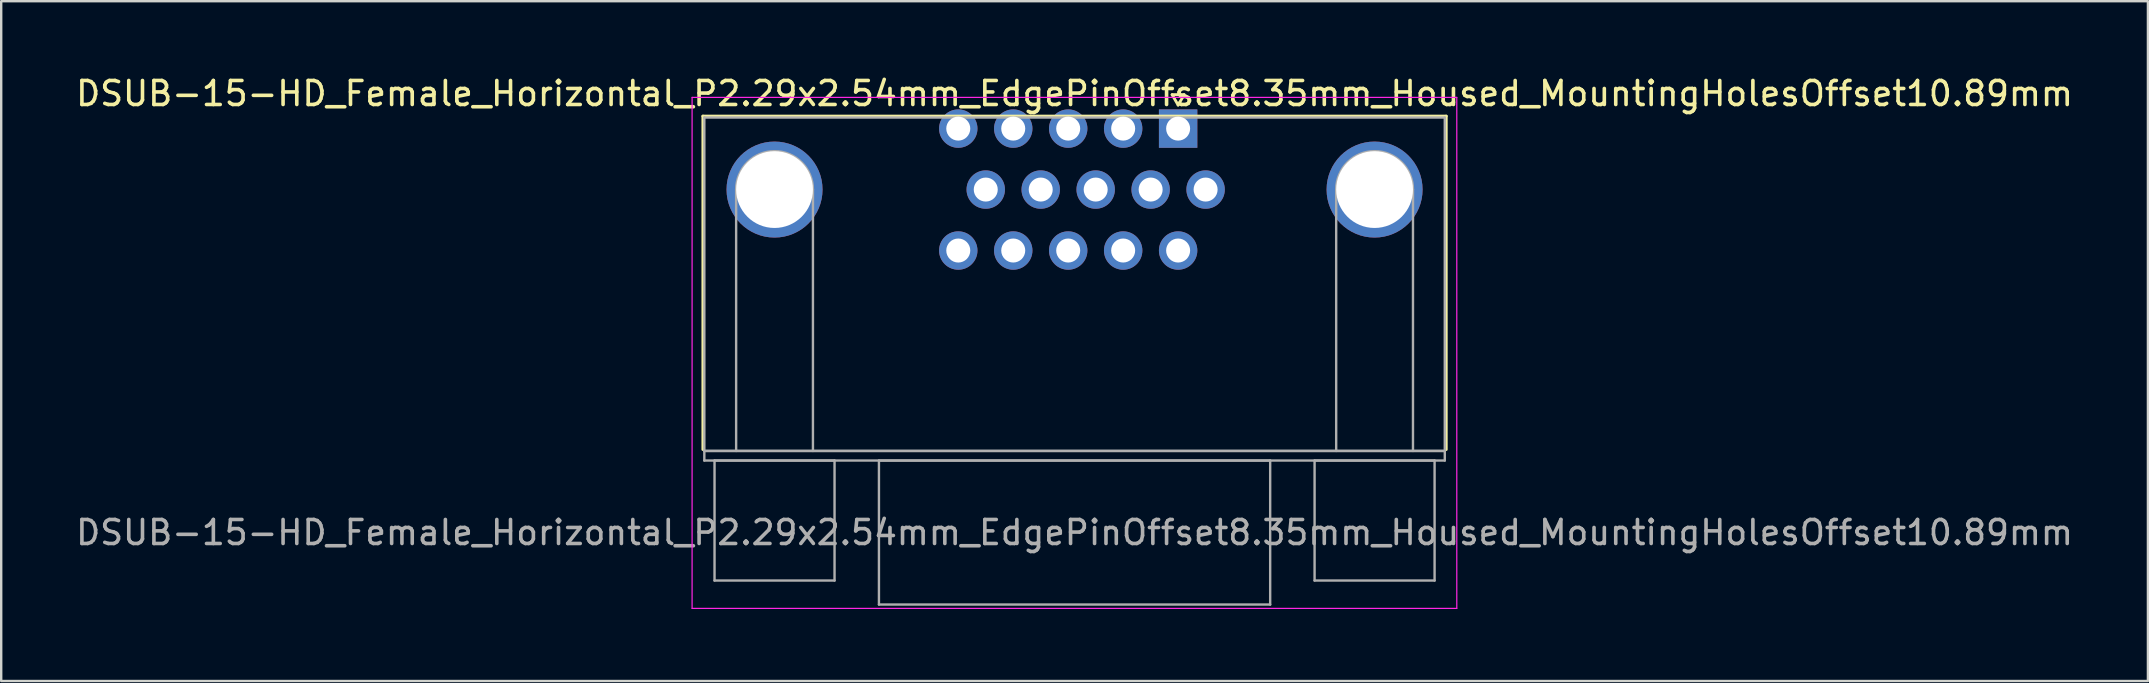
<source format=kicad_pcb>
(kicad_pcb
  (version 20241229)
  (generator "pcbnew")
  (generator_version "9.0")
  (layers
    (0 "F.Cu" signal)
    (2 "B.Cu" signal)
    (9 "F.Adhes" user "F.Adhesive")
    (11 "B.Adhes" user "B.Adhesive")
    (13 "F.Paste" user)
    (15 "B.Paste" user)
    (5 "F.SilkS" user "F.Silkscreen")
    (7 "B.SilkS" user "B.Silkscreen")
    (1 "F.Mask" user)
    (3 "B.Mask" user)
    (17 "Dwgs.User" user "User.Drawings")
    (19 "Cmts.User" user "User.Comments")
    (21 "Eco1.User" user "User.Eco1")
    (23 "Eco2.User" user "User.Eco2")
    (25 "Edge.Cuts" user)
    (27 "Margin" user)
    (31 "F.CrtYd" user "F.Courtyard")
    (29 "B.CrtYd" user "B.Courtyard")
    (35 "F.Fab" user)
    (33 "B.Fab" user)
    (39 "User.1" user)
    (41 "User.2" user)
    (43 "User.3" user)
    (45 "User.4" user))
  (footprint "DSUB-15-HD_Female_Horizontal_P2.29x2.54mm_EdgePinOffset8.35mm_Housed_MountingHolesOffset10.89mm"
    (layer "F.Cu")
    (at 46.035 2.308)
    (property "Reference" "DSUB-15-HD_Female_Horizontal_P2.29x2.54mm_EdgePinOffset8.35mm_Housed_MountingHolesOffset10.89mm" (at -4.315 -1.46 0) (layer "F.SilkS") (effects (font (size 1 1) (thickness 0.15))))
    (attr through_hole)
    (fp_line (start -19.8 -0.52) (end 11.17 -0.52) (stroke (width 0.12) (type solid)) (layer "F.SilkS"))
    (fp_line (start -19.8 13.37) (end -19.8 -0.52) (stroke (width 0.12) (type solid)) (layer "F.SilkS"))
    (fp_line (start -0.25 -1.414) (end 0.25 -1.414) (stroke (width 0.12) (type solid)) (layer "F.SilkS"))
    (fp_line (start 0 -0.981) (end -0.25 -1.414) (stroke (width 0.12) (type solid)) (layer "F.SilkS"))
    (fp_line (start 0.25 -1.414) (end 0 -0.981) (stroke (width 0.12) (type solid)) (layer "F.SilkS"))
    (fp_line (start 11.17 -0.52) (end 11.17 13.37) (stroke (width 0.12) (type solid)) (layer "F.SilkS"))
    (fp_line (start -20.25 -1.3) (end -20.25 19.99) (stroke (width 0.05) (type solid)) (layer "F.CrtYd"))
    (fp_line (start -20.25 19.99) (end 11.61 19.99) (stroke (width 0.05) (type solid)) (layer "F.CrtYd"))
    (fp_line (start 11.61 -1.3) (end -20.25 -1.3) (stroke (width 0.05) (type solid)) (layer "F.CrtYd"))
    (fp_line (start 11.61 19.99) (end 11.61 -1.3) (stroke (width 0.05) (type solid)) (layer "F.CrtYd"))
    (fp_line (start -19.74 -0.46) (end -19.74 13.43) (stroke (width 0.1) (type solid)) (layer "F.Fab"))
    (fp_line (start -19.74 13.43) (end -19.74 13.83) (stroke (width 0.1) (type solid)) (layer "F.Fab"))
    (fp_line (start -19.74 13.43) (end 11.11 13.43) (stroke (width 0.1) (type solid)) (layer "F.Fab"))
    (fp_line (start -19.74 13.83) (end 11.11 13.83) (stroke (width 0.1) (type solid)) (layer "F.Fab"))
    (fp_line (start -19.315 13.83) (end -19.315 18.83) (stroke (width 0.1) (type solid)) (layer "F.Fab"))
    (fp_line (start -19.315 18.83) (end -14.315 18.83) (stroke (width 0.1) (type solid)) (layer "F.Fab"))
    (fp_line (start -18.415 13.43) (end -18.415 2.54) (stroke (width 0.1) (type solid)) (layer "F.Fab"))
    (fp_line (start -15.215 13.43) (end -15.215 2.54) (stroke (width 0.1) (type solid)) (layer "F.Fab"))
    (fp_line (start -14.315 13.83) (end -19.315 13.83) (stroke (width 0.1) (type solid)) (layer "F.Fab"))
    (fp_line (start -14.315 18.83) (end -14.315 13.83) (stroke (width 0.1) (type solid)) (layer "F.Fab"))
    (fp_line (start -12.465 13.83) (end -12.465 19.83) (stroke (width 0.1) (type solid)) (layer "F.Fab"))
    (fp_line (start -12.465 19.83) (end 3.835 19.83) (stroke (width 0.1) (type solid)) (layer "F.Fab"))
    (fp_line (start 3.835 13.83) (end -12.465 13.83) (stroke (width 0.1) (type solid)) (layer "F.Fab"))
    (fp_line (start 3.835 19.83) (end 3.835 13.83) (stroke (width 0.1) (type solid)) (layer "F.Fab"))
    (fp_line (start 5.685 13.83) (end 5.685 18.83) (stroke (width 0.1) (type solid)) (layer "F.Fab"))
    (fp_line (start 5.685 18.83) (end 10.685 18.83) (stroke (width 0.1) (type solid)) (layer "F.Fab"))
    (fp_line (start 6.585 13.43) (end 6.585 2.54) (stroke (width 0.1) (type solid)) (layer "F.Fab"))
    (fp_line (start 9.785 13.43) (end 9.785 2.54) (stroke (width 0.1) (type solid)) (layer "F.Fab"))
    (fp_line (start 10.685 13.83) (end 5.685 13.83) (stroke (width 0.1) (type solid)) (layer "F.Fab"))
    (fp_line (start 10.685 18.83) (end 10.685 13.83) (stroke (width 0.1) (type solid)) (layer "F.Fab"))
    (fp_line (start 11.11 -0.46) (end -19.74 -0.46) (stroke (width 0.1) (type solid)) (layer "F.Fab"))
    (fp_line (start 11.11 13.43) (end -19.74 13.43) (stroke (width 0.1) (type solid)) (layer "F.Fab"))
    (fp_line (start 11.11 13.43) (end 11.11 -0.46) (stroke (width 0.1) (type solid)) (layer "F.Fab"))
    (fp_line (start 11.11 13.83) (end 11.11 13.43) (stroke (width 0.1) (type solid)) (layer "F.Fab"))
    (fp_arc (start -18.415 2.54) (mid -16.815 0.94) (end -15.215 2.54) (stroke (width 0.1) (type solid)) (layer "F.Fab"))
    (fp_arc (start 6.585 2.54) (mid 8.185 0.94) (end 9.785 2.54) (stroke (width 0.1) (type solid)) (layer "F.Fab"))
    (fp_text user "${REFERENCE}" (at -4.315 16.83 0) (layer "F.Fab") (effects (font (size 1 1) (thickness 0.15))))
    (pad "0" thru_hole circle (at -16.815 2.54) (size 4 4) (drill 3.2) (layers "*.Cu" "*.Mask"))
    (pad "0" thru_hole circle (at 8.185 2.54) (size 4 4) (drill 3.2) (layers "*.Cu" "*.Mask"))
    (pad "1" thru_hole rect (at 0 0) (size 1.6 1.6) (drill 1) (layers "*.Cu" "*.Mask"))
    (pad "2" thru_hole circle (at -2.29 0) (size 1.6 1.6) (drill 1) (layers "*.Cu" "*.Mask"))
    (pad "3" thru_hole circle (at -4.58 0) (size 1.6 1.6) (drill 1) (layers "*.Cu" "*.Mask"))
    (pad "4" thru_hole circle (at -6.87 0) (size 1.6 1.6) (drill 1) (layers "*.Cu" "*.Mask"))
    (pad "5" thru_hole circle (at -9.16 0) (size 1.6 1.6) (drill 1) (layers "*.Cu" "*.Mask"))
    (pad "6" thru_hole circle (at 1.145 2.54) (size 1.6 1.6) (drill 1) (layers "*.Cu" "*.Mask"))
    (pad "7" thru_hole circle (at -1.145 2.54) (size 1.6 1.6) (drill 1) (layers "*.Cu" "*.Mask"))
    (pad "8" thru_hole circle (at -3.435 2.54) (size 1.6 1.6) (drill 1) (layers "*.Cu" "*.Mask"))
    (pad "9" thru_hole circle (at -5.725 2.54) (size 1.6 1.6) (drill 1) (layers "*.Cu" "*.Mask"))
    (pad "10" thru_hole circle (at -8.015 2.54) (size 1.6 1.6) (drill 1) (layers "*.Cu" "*.Mask"))
    (pad "11" thru_hole circle (at 0 5.08) (size 1.6 1.6) (drill 1) (layers "*.Cu" "*.Mask"))
    (pad "12" thru_hole circle (at -2.29 5.08) (size 1.6 1.6) (drill 1) (layers "*.Cu" "*.Mask"))
    (pad "13" thru_hole circle (at -4.58 5.08) (size 1.6 1.6) (drill 1) (layers "*.Cu" "*.Mask"))
    (pad "14" thru_hole circle (at -6.87 5.08) (size 1.6 1.6) (drill 1) (layers "*.Cu" "*.Mask"))
    (pad "15" thru_hole circle (at -9.16 5.08) (size 1.6 1.6) (drill 1) (layers "*.Cu" "*.Mask")))
  (gr_rect
    (start -3 -3)
    (end 86.44 25.323)
    (stroke (width 0.1) (type default))
    (fill no)
    (layer "Edge.Cuts")))
</source>
